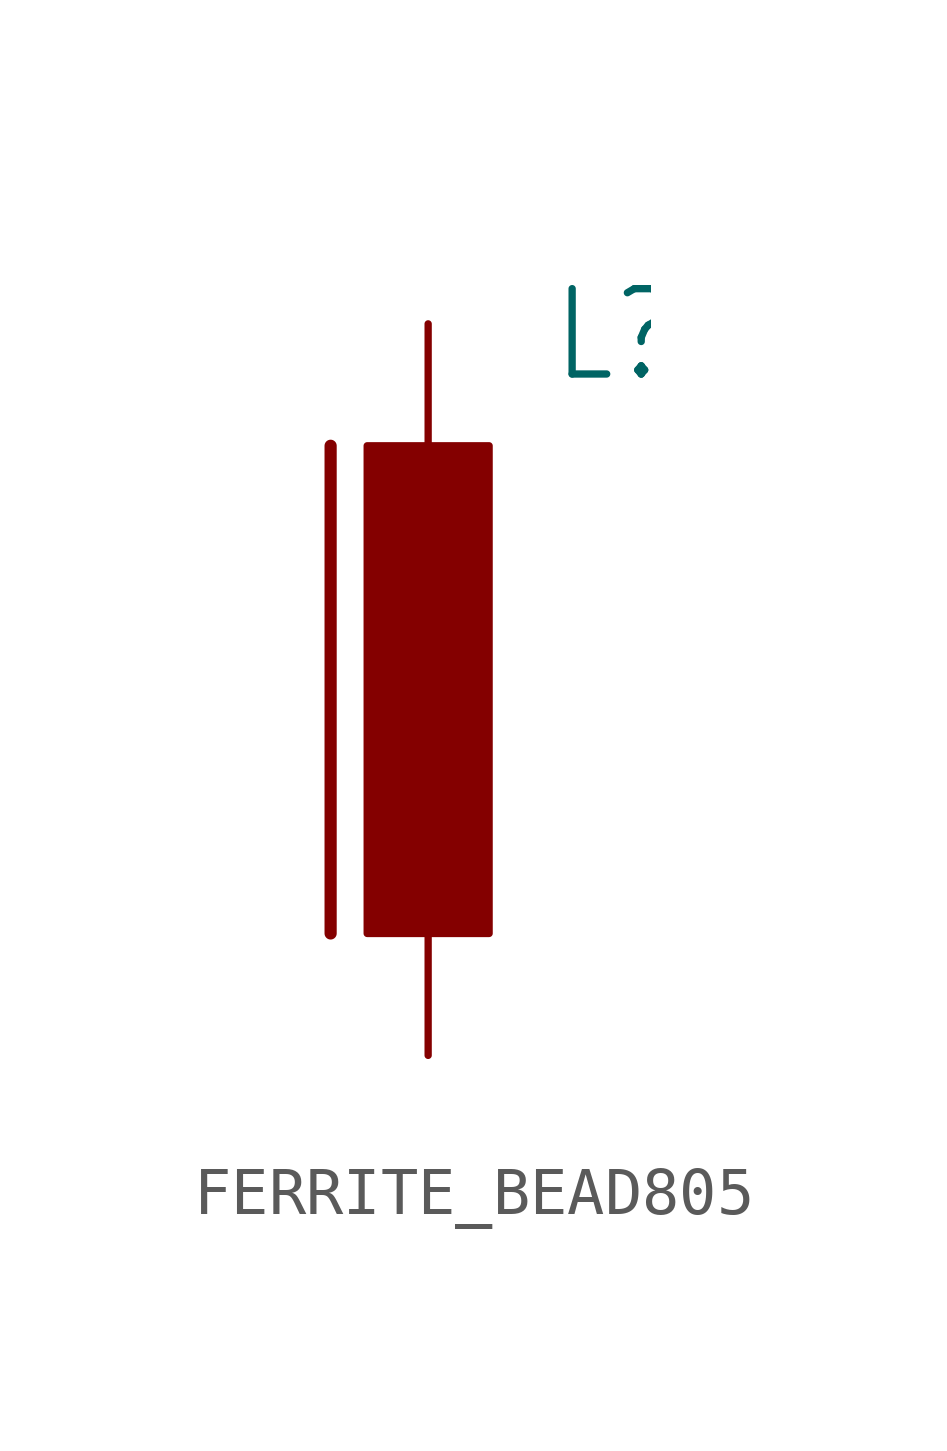
<source format=kicad_sym>
(kicad_symbol_lib
  (version 20220914)
  (generator kicad_symbol_editor)
  (symbol "FERRITE_BEAD805"
    (property "Reference" "L"
      (at 2.54 6.35 0)
      (effects (font (size 1.778 1.511)) (justify left bottom)))
    (property "Value" ""
      (at 2.54 -6.35 0)
      (effects (font (size 1.778 1.511)) (justify left bottom)))
    (property "ki_locked" ""
      (at 0 0 0)
      (effects (font (size 1.27 1.27))))
    (symbol "FERRITE_BEAD805_1_0"
      (rectangle (start -1.27 -5.08) (end 1.27 5.08) (stroke (width 0) (type default)) (fill (type outline)))
      (polyline (pts (xy -2.032 -5.08) (xy -2.032 5.08)) (stroke (width 0.254) (type solid)) (fill (type none)))
      (pin passive line (at 0 7.62 270) (length 2.54) (name "1" (effects (font (size 0 0)))) (number "1" (effects (font (size 0 0)))))
      (pin passive line (at 0 -7.62 90) (length 2.54) (name "2" (effects (font (size 0 0)))) (number "2" (effects (font (size 0 0))))))))
</source>
